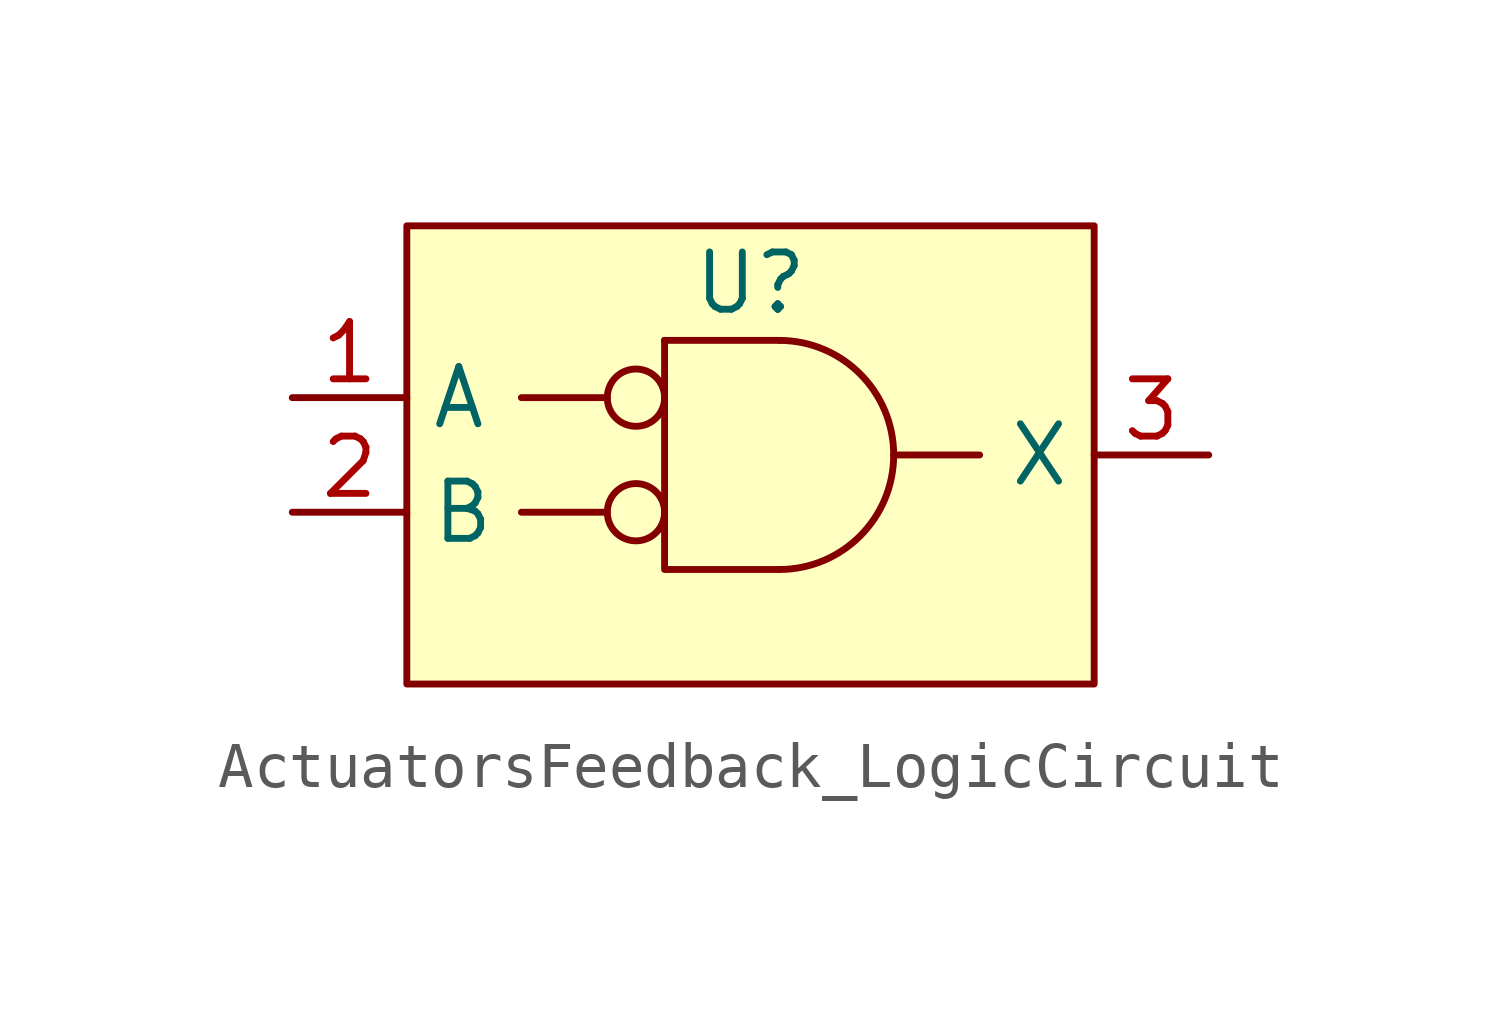
<source format=kicad_sym>
(kicad_symbol_lib
  (version 20220914)
  (generator kicad_symbol_editor)
  (symbol "ActuatorsFeedback_LogicCircuit"
    (property "Reference" "U"
      (at 0 3.81 0)
      (effects (font (size 1.27 1.27))))
    (property "Value" ""
      (at 1.905 0 0)
      (effects (font (size 1.27 1.27))))
    (symbol "ActuatorsFeedback_LogicCircuit_1_1"
      (rectangle (start -7.62 5.08) (end 7.62 -5.08) (stroke (width 0) (type default)) (fill (type background)))
      (circle (center -2.54 -1.27) (radius 0.635) (stroke (width 0) (type default)) (fill (type none)))
      (circle (center -2.54 1.27) (radius 0.635) (stroke (width 0) (type default)) (fill (type none)))
      (polyline (pts (xy -5.08 -1.27) (xy -3.175 -1.27)) (stroke (width 0) (type default)) (fill (type none)))
      (polyline (pts (xy -3.175 1.27) (xy -5.08 1.27)) (stroke (width 0) (type default)) (fill (type none)))
      (polyline (pts (xy -1.905 2.54) (xy -1.905 2.54)) (stroke (width 0) (type default)) (fill (type none)))
      (polyline (pts (xy 5.08 0) (xy 3.175 0)) (stroke (width 0) (type default)) (fill (type none)))
      (polyline (pts (xy -1.905 2.54) (xy -1.905 -2.54) (xy 0.635 -2.54)) (stroke (width 0) (type default)) (fill (type none)))
      (polyline (pts (xy 0.635 2.54) (xy -1.905 2.54) (xy -0.635 2.54)) (stroke (width 0) (type default)) (fill (type none)))
      (arc (start 0.635 -2.54) (mid 0.635 -2.54) (end 0.635 -2.54) (stroke (width 0) (type default)) (fill (type none)))
      (arc (start 0.6348 -2.5399) (mid 2.4309 -1.7961) (end 3.1749 0) (stroke (width 0) (type default)) (fill (type none)))
      (arc (start 3.175 0) (mid 2.4311 1.7961) (end 0.635 2.54) (stroke (width 0) (type default)) (fill (type none)))
      (pin input line (at -10.16 1.27 0) (length 2.54) (name "A" (effects (font (size 1.27 1.27)))) (number "1" (effects (font (size 1.27 1.27)))))
      (pin input line (at -10.16 -1.27 0) (length 2.54) (name "B" (effects (font (size 1.27 1.27)))) (number "2" (effects (font (size 1.27 1.27)))))
      (pin output line (at 10.16 0 180) (length 2.54) (name "X" (effects (font (size 1.27 1.27)))) (number "3" (effects (font (size 1.27 1.27))))))))
</source>
